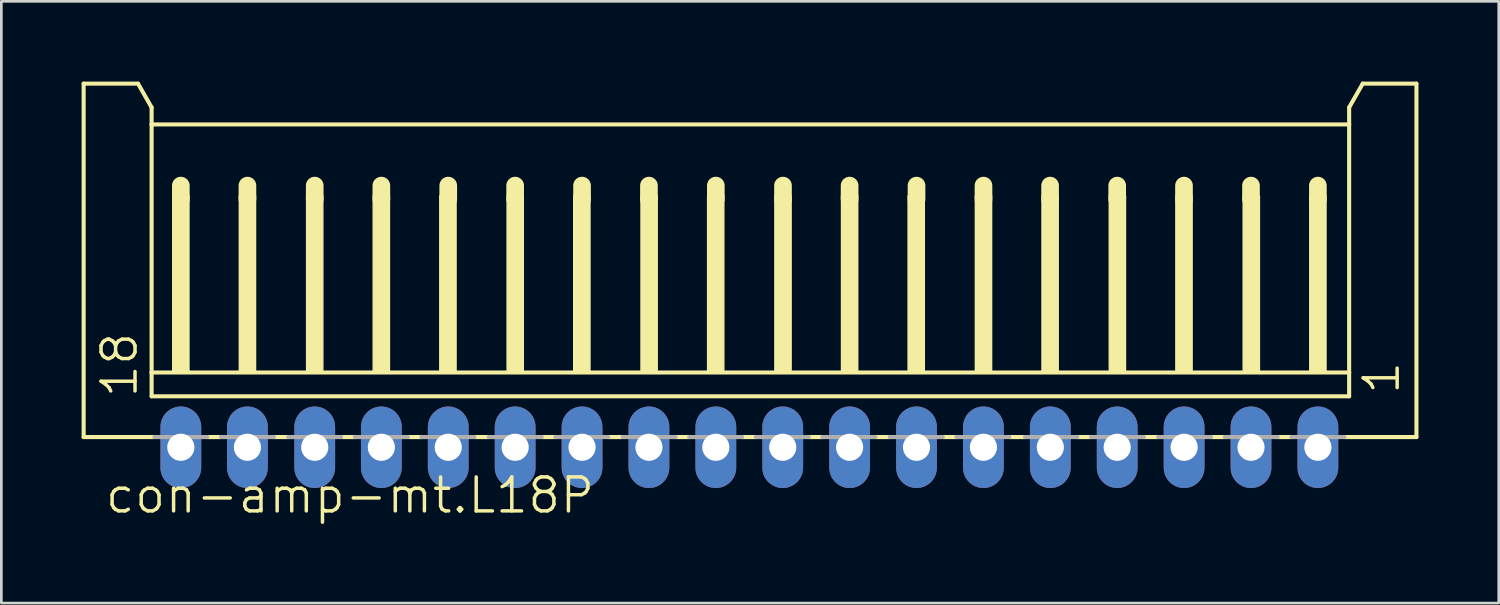
<source format=kicad_pcb>
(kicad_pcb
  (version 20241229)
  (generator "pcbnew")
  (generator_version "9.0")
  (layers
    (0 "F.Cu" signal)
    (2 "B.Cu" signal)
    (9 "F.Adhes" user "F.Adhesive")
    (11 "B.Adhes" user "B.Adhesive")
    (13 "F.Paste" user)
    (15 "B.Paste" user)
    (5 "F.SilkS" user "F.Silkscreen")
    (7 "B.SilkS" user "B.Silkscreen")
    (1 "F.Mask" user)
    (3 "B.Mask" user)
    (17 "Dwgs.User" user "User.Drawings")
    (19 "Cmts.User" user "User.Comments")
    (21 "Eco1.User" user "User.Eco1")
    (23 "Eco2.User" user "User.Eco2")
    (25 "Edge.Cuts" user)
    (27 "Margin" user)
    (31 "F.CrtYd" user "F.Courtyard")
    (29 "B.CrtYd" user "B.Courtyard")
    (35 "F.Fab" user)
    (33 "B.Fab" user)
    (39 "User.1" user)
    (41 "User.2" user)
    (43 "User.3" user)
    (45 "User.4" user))
  (footprint "con-amp-mt.L18P"
    (layer "F.Cu")
    (at 24.952 7.415)
    (property "Reference" "con-amp-mt.L18P" (at -24.14 8.79 0) (layer "F.SilkS") (effects (font (size 1.27 1.27) (thickness 0.13)) (justify left bottom)))
    (attr through_hole)
    (fp_line (start -24.876 -7.339) (end -22.844 -7.339) (stroke (width 0.152) (type default)) (layer "F.SilkS"))
    (fp_line (start -24.876 5.869) (end -24.876 -7.339) (stroke (width 0.152) (type default)) (layer "F.SilkS"))
    (fp_line (start -22.844 -7.339) (end -22.336 -6.45) (stroke (width 0.152) (type default)) (layer "F.SilkS"))
    (fp_line (start -22.336 -6.45) (end -22.336 -5.815) (stroke (width 0.152) (type default)) (layer "F.SilkS"))
    (fp_line (start -22.336 -5.815) (end -22.336 3.456) (stroke (width 0.152) (type default)) (layer "F.SilkS"))
    (fp_line (start -22.336 3.456) (end -22.336 4.345) (stroke (width 0.152) (type default)) (layer "F.SilkS"))
    (fp_line (start -22.26 5.869) (end -24.876 5.869) (stroke (width 0.152) (type default)) (layer "F.SilkS"))
    (fp_line (start -21.244 -3.529) (end -21.244 -3.021) (stroke (width 0.66) (type default)) (layer "F.SilkS"))
    (fp_line (start -19.746 5.869) (end -20.254 5.869) (stroke (width 0.152) (type default)) (layer "F.SilkS"))
    (fp_line (start -18.755 -3.529) (end -18.755 -3.021) (stroke (width 0.66) (type default)) (layer "F.SilkS"))
    (fp_line (start -17.231 5.869) (end -17.739 5.869) (stroke (width 0.152) (type default)) (layer "F.SilkS"))
    (fp_line (start -16.24 -3.529) (end -16.24 -3.021) (stroke (width 0.66) (type default)) (layer "F.SilkS"))
    (fp_line (start -14.716 5.869) (end -15.224 5.869) (stroke (width 0.152) (type default)) (layer "F.SilkS"))
    (fp_line (start -13.75 -3.529) (end -13.75 -3.021) (stroke (width 0.66) (type default)) (layer "F.SilkS"))
    (fp_line (start -12.227 5.869) (end -12.735 5.869) (stroke (width 0.152) (type default)) (layer "F.SilkS"))
    (fp_line (start -11.25 -3.529) (end -11.25 -3.021) (stroke (width 0.66) (type default)) (layer "F.SilkS"))
    (fp_line (start -9.738 5.869) (end -10.246 5.869) (stroke (width 0.152) (type default)) (layer "F.SilkS"))
    (fp_line (start -8.75 -3.529) (end -8.75 -3.021) (stroke (width 0.66) (type default)) (layer "F.SilkS"))
    (fp_line (start -7.249 5.869) (end -7.757 5.869) (stroke (width 0.152) (type default)) (layer "F.SilkS"))
    (fp_line (start -6.25 -3.529) (end -6.25 -3.021) (stroke (width 0.66) (type default)) (layer "F.SilkS"))
    (fp_line (start -4.76 5.869) (end -5.268 5.869) (stroke (width 0.152) (type default)) (layer "F.SilkS"))
    (fp_line (start -3.75 -3.529) (end -3.75 -3.021) (stroke (width 0.66) (type default)) (layer "F.SilkS"))
    (fp_line (start -2.245 5.869) (end -2.753 5.869) (stroke (width 0.152) (type default)) (layer "F.SilkS"))
    (fp_line (start -1.25 -3.529) (end -1.25 -3.021) (stroke (width 0.66) (type default)) (layer "F.SilkS"))
    (fp_line (start 0.244 5.869) (end -0.264 5.869) (stroke (width 0.152) (type default)) (layer "F.SilkS"))
    (fp_line (start 1.26 -3.529) (end 1.26 -3.021) (stroke (width 0.66) (type default)) (layer "F.SilkS"))
    (fp_line (start 2.733 5.869) (end 2.225 5.869) (stroke (width 0.152) (type default)) (layer "F.SilkS"))
    (fp_line (start 3.749 -3.529) (end 3.749 -3.021) (stroke (width 0.66) (type default)) (layer "F.SilkS"))
    (fp_line (start 5.248 5.869) (end 4.715 5.869) (stroke (width 0.152) (type default)) (layer "F.SilkS"))
    (fp_line (start 6.25 -3.529) (end 6.25 -3.021) (stroke (width 0.66) (type default)) (layer "F.SilkS"))
    (fp_line (start 7.737 5.869) (end 7.229 5.869) (stroke (width 0.152) (type default)) (layer "F.SilkS"))
    (fp_line (start 8.753 -3.529) (end 8.753 -3.021) (stroke (width 0.66) (type default)) (layer "F.SilkS"))
    (fp_line (start 10.303 5.869) (end 9.718 5.869) (stroke (width 0.152) (type default)) (layer "F.SilkS"))
    (fp_line (start 11.242 -3.529) (end 11.242 -3.021) (stroke (width 0.66) (type default)) (layer "F.SilkS"))
    (fp_line (start 12.766 5.869) (end 12.258 5.869) (stroke (width 0.152) (type default)) (layer "F.SilkS"))
    (fp_line (start 13.75 -3.529) (end 13.75 -3.021) (stroke (width 0.66) (type default)) (layer "F.SilkS"))
    (fp_line (start 15.281 5.869) (end 14.748 5.869) (stroke (width 0.152) (type default)) (layer "F.SilkS"))
    (fp_line (start 16.246 -3.529) (end 16.246 -3.021) (stroke (width 0.66) (type default)) (layer "F.SilkS"))
    (fp_line (start 17.77 5.869) (end 17.262 5.869) (stroke (width 0.152) (type default)) (layer "F.SilkS"))
    (fp_line (start 18.75 -3.529) (end 18.75 -3.021) (stroke (width 0.66) (type default)) (layer "F.SilkS"))
    (fp_line (start 20.259 5.869) (end 19.751 5.869) (stroke (width 0.152) (type default)) (layer "F.SilkS"))
    (fp_line (start 21.25 -3.529) (end 21.25 -3.021) (stroke (width 0.66) (type default)) (layer "F.SilkS"))
    (fp_line (start 22.418 -6.45) (end 22.418 -5.815) (stroke (width 0.152) (type default)) (layer "F.SilkS"))
    (fp_line (start 22.418 -6.45) (end 22.926 -7.339) (stroke (width 0.152) (type default)) (layer "F.SilkS"))
    (fp_line (start 22.418 -5.815) (end -22.336 -5.815) (stroke (width 0.152) (type default)) (layer "F.SilkS"))
    (fp_line (start 22.418 -5.815) (end 22.418 3.456) (stroke (width 0.152) (type default)) (layer "F.SilkS"))
    (fp_line (start 22.418 3.456) (end -22.336 3.456) (stroke (width 0.152) (type default)) (layer "F.SilkS"))
    (fp_line (start 22.418 3.456) (end 22.418 4.345) (stroke (width 0.152) (type default)) (layer "F.SilkS"))
    (fp_line (start 22.418 4.345) (end -22.336 4.345) (stroke (width 0.152) (type default)) (layer "F.SilkS"))
    (fp_line (start 24.933 -7.339) (end 22.926 -7.339) (stroke (width 0.152) (type default)) (layer "F.SilkS"))
    (fp_line (start 24.933 5.869) (end 22.241 5.869) (stroke (width 0.152) (type default)) (layer "F.SilkS"))
    (fp_line (start 24.933 5.869) (end 24.933 -7.339) (stroke (width 0.152) (type default)) (layer "F.SilkS"))
    (fp_rect (start -21.549 3.456) (end -20.939 -3.148) (stroke (width 0.05) (type default)) (fill yes) (layer "F.SilkS"))
    (fp_rect (start -19.06 3.456) (end -18.45 -3.148) (stroke (width 0.05) (type default)) (fill yes) (layer "F.SilkS"))
    (fp_rect (start -16.545 3.456) (end -15.936 -3.148) (stroke (width 0.05) (type default)) (fill yes) (layer "F.SilkS"))
    (fp_rect (start -14.056 3.456) (end -13.446 -3.148) (stroke (width 0.05) (type default)) (fill yes) (layer "F.SilkS"))
    (fp_rect (start -11.567 3.456) (end -10.957 -3.148) (stroke (width 0.05) (type default)) (fill yes) (layer "F.SilkS"))
    (fp_rect (start -9.052 3.456) (end -8.443 -3.148) (stroke (width 0.05) (type default)) (fill yes) (layer "F.SilkS"))
    (fp_rect (start -6.563 3.456) (end -5.953 -3.148) (stroke (width 0.05) (type default)) (fill yes) (layer "F.SilkS"))
    (fp_rect (start -4.048 3.456) (end -3.439 -3.148) (stroke (width 0.05) (type default)) (fill yes) (layer "F.SilkS"))
    (fp_rect (start -1.559 3.456) (end -0.95 -3.148) (stroke (width 0.05) (type default)) (fill yes) (layer "F.SilkS"))
    (fp_rect (start 0.955 3.456) (end 1.565 -3.148) (stroke (width 0.05) (type default)) (fill yes) (layer "F.SilkS"))
    (fp_rect (start 3.445 3.456) (end 4.054 -3.148) (stroke (width 0.05) (type default)) (fill yes) (layer "F.SilkS"))
    (fp_rect (start 5.934 3.456) (end 6.543 -3.148) (stroke (width 0.05) (type default)) (fill yes) (layer "F.SilkS"))
    (fp_rect (start 8.448 3.456) (end 9.058 -3.148) (stroke (width 0.05) (type default)) (fill yes) (layer "F.SilkS"))
    (fp_rect (start 10.938 3.456) (end 11.547 -3.148) (stroke (width 0.05) (type default)) (fill yes) (layer "F.SilkS"))
    (fp_rect (start 13.452 3.456) (end 14.062 -3.148) (stroke (width 0.05) (type default)) (fill yes) (layer "F.SilkS"))
    (fp_rect (start 15.941 3.456) (end 16.551 -3.148) (stroke (width 0.05) (type default)) (fill yes) (layer "F.SilkS"))
    (fp_rect (start 18.456 3.456) (end 19.066 -3.148) (stroke (width 0.05) (type default)) (fill yes) (layer "F.SilkS"))
    (fp_rect (start 20.945 3.456) (end 21.555 -3.148) (stroke (width 0.05) (type default)) (fill yes) (layer "F.SilkS"))
    (fp_line (start -22.235 5.869) (end -20.254 5.869) (stroke (width 0.152) (type default)) (layer "F.Fab"))
    (fp_line (start -19.746 5.869) (end -17.764 5.869) (stroke (width 0.152) (type default)) (layer "F.Fab"))
    (fp_line (start -17.231 5.869) (end -15.25 5.869) (stroke (width 0.152) (type default)) (layer "F.Fab"))
    (fp_line (start -14.742 5.869) (end -12.761 5.869) (stroke (width 0.152) (type default)) (layer "F.Fab"))
    (fp_line (start -12.253 5.869) (end -10.271 5.869) (stroke (width 0.152) (type default)) (layer "F.Fab"))
    (fp_line (start -9.738 5.869) (end -7.757 5.869) (stroke (width 0.152) (type default)) (layer "F.Fab"))
    (fp_line (start -7.249 5.869) (end -5.268 5.869) (stroke (width 0.152) (type default)) (layer "F.Fab"))
    (fp_line (start -4.734 5.869) (end -2.753 5.869) (stroke (width 0.152) (type default)) (layer "F.Fab"))
    (fp_line (start -2.245 5.869) (end -0.264 5.869) (stroke (width 0.152) (type default)) (layer "F.Fab"))
    (fp_line (start 0.244 5.869) (end 2.225 5.869) (stroke (width 0.152) (type default)) (layer "F.Fab"))
    (fp_line (start 2.733 5.869) (end 4.715 5.869) (stroke (width 0.152) (type default)) (layer "F.Fab"))
    (fp_line (start 5.248 5.869) (end 7.229 5.869) (stroke (width 0.152) (type default)) (layer "F.Fab"))
    (fp_line (start 7.737 5.869) (end 9.718 5.869) (stroke (width 0.152) (type default)) (layer "F.Fab"))
    (fp_line (start 10.303 5.869) (end 12.258 5.869) (stroke (width 0.152) (type default)) (layer "F.Fab"))
    (fp_line (start 12.766 5.869) (end 14.748 5.869) (stroke (width 0.152) (type default)) (layer "F.Fab"))
    (fp_line (start 15.281 5.869) (end 17.262 5.869) (stroke (width 0.152) (type default)) (layer "F.Fab"))
    (fp_line (start 17.77 5.869) (end 19.751 5.869) (stroke (width 0.152) (type default)) (layer "F.Fab"))
    (fp_line (start 20.259 5.869) (end 22.241 5.869) (stroke (width 0.152) (type default)) (layer "F.Fab"))
    (fp_rect (start -21.549 6.504) (end -20.939 5.869) (stroke (width 0.05) (type default)) (fill no) (layer "F.Fab"))
    (fp_rect (start -19.06 6.504) (end -18.45 5.869) (stroke (width 0.05) (type default)) (fill no) (layer "F.Fab"))
    (fp_rect (start -16.545 6.504) (end -15.936 5.869) (stroke (width 0.05) (type default)) (fill no) (layer "F.Fab"))
    (fp_rect (start -14.056 6.504) (end -13.446 5.869) (stroke (width 0.05) (type default)) (fill no) (layer "F.Fab"))
    (fp_rect (start -11.567 6.504) (end -10.957 5.869) (stroke (width 0.05) (type default)) (fill no) (layer "F.Fab"))
    (fp_rect (start -9.052 6.504) (end -8.443 5.869) (stroke (width 0.05) (type default)) (fill no) (layer "F.Fab"))
    (fp_rect (start -6.563 6.504) (end -5.953 5.869) (stroke (width 0.05) (type default)) (fill no) (layer "F.Fab"))
    (fp_rect (start -4.048 6.504) (end -3.439 5.869) (stroke (width 0.05) (type default)) (fill no) (layer "F.Fab"))
    (fp_rect (start -1.559 6.504) (end -0.95 5.869) (stroke (width 0.05) (type default)) (fill no) (layer "F.Fab"))
    (fp_rect (start 0.955 6.504) (end 1.565 5.869) (stroke (width 0.05) (type default)) (fill no) (layer "F.Fab"))
    (fp_rect (start 3.445 6.504) (end 4.054 5.869) (stroke (width 0.05) (type default)) (fill no) (layer "F.Fab"))
    (fp_rect (start 5.934 6.504) (end 6.543 5.869) (stroke (width 0.05) (type default)) (fill no) (layer "F.Fab"))
    (fp_rect (start 8.448 6.504) (end 9.058 5.869) (stroke (width 0.05) (type default)) (fill no) (layer "F.Fab"))
    (fp_rect (start 10.938 6.504) (end 11.547 5.869) (stroke (width 0.05) (type default)) (fill no) (layer "F.Fab"))
    (fp_rect (start 13.452 6.504) (end 14.062 5.869) (stroke (width 0.05) (type default)) (fill no) (layer "F.Fab"))
    (fp_rect (start 15.941 6.504) (end 16.551 5.869) (stroke (width 0.05) (type default)) (fill no) (layer "F.Fab"))
    (fp_rect (start 18.456 6.504) (end 19.066 5.869) (stroke (width 0.05) (type default)) (fill no) (layer "F.Fab"))
    (fp_rect (start 20.945 6.504) (end 21.555 5.869) (stroke (width 0.05) (type default)) (fill no) (layer "F.Fab"))
    (fp_text user "18" (at -22.794 4.472 90) (layer "F.SilkS") (effects (font (size 1.27 1.27) (thickness 0.13)) (justify left bottom)))
    (fp_text user "1" (at 24.374 4.345 90) (layer "F.SilkS") (effects (font (size 1.27 1.27) (thickness 0.13)) (justify left bottom)))
    (pad "1" thru_hole oval (at 21.25 6.25 90) (size 3.048 1.524) (drill 1.016) (layers "*.Cu" "*.Mask"))
    (pad "2" thru_hole oval (at 18.75 6.25 90) (size 3.048 1.524) (drill 1.016) (layers "*.Cu" "*.Mask"))
    (pad "3" thru_hole oval (at 16.25 6.25 90) (size 3.048 1.524) (drill 1.016) (layers "*.Cu" "*.Mask"))
    (pad "4" thru_hole oval (at 13.75 6.25 90) (size 3.048 1.524) (drill 1.016) (layers "*.Cu" "*.Mask"))
    (pad "5" thru_hole oval (at 11.25 6.25 90) (size 3.048 1.524) (drill 1.016) (layers "*.Cu" "*.Mask"))
    (pad "6" thru_hole oval (at 8.75 6.25 90) (size 3.048 1.524) (drill 1.016) (layers "*.Cu" "*.Mask"))
    (pad "7" thru_hole oval (at 6.25 6.25 90) (size 3.048 1.524) (drill 1.016) (layers "*.Cu" "*.Mask"))
    (pad "8" thru_hole oval (at 3.75 6.25 90) (size 3.048 1.524) (drill 1.016) (layers "*.Cu" "*.Mask"))
    (pad "9" thru_hole oval (at 1.25 6.25 90) (size 3.048 1.524) (drill 1.016) (layers "*.Cu" "*.Mask"))
    (pad "10" thru_hole oval (at -1.25 6.25 90) (size 3.048 1.524) (drill 1.016) (layers "*.Cu" "*.Mask"))
    (pad "11" thru_hole oval (at -3.75 6.25 90) (size 3.048 1.524) (drill 1.016) (layers "*.Cu" "*.Mask"))
    (pad "12" thru_hole oval (at -6.25 6.25 90) (size 3.048 1.524) (drill 1.016) (layers "*.Cu" "*.Mask"))
    (pad "13" thru_hole oval (at -8.75 6.25 90) (size 3.048 1.524) (drill 1.016) (layers "*.Cu" "*.Mask"))
    (pad "14" thru_hole oval (at -11.25 6.25 90) (size 3.048 1.524) (drill 1.016) (layers "*.Cu" "*.Mask"))
    (pad "15" thru_hole oval (at -13.75 6.25 90) (size 3.048 1.524) (drill 1.016) (layers "*.Cu" "*.Mask"))
    (pad "16" thru_hole oval (at -16.24 6.25 90) (size 3.048 1.524) (drill 1.016) (layers "*.Cu" "*.Mask"))
    (pad "17" thru_hole oval (at -18.755 6.25 90) (size 3.048 1.524) (drill 1.016) (layers "*.Cu" "*.Mask"))
    (pad "18" thru_hole oval (at -21.244 6.25 90) (size 3.048 1.524) (drill 1.016) (layers "*.Cu" "*.Mask")))
  (gr_rect
    (start -3 -3)
    (end 52.961 19.487)
    (stroke (width 0.1) (type default))
    (fill no)
    (layer "Edge.Cuts")))
</source>
